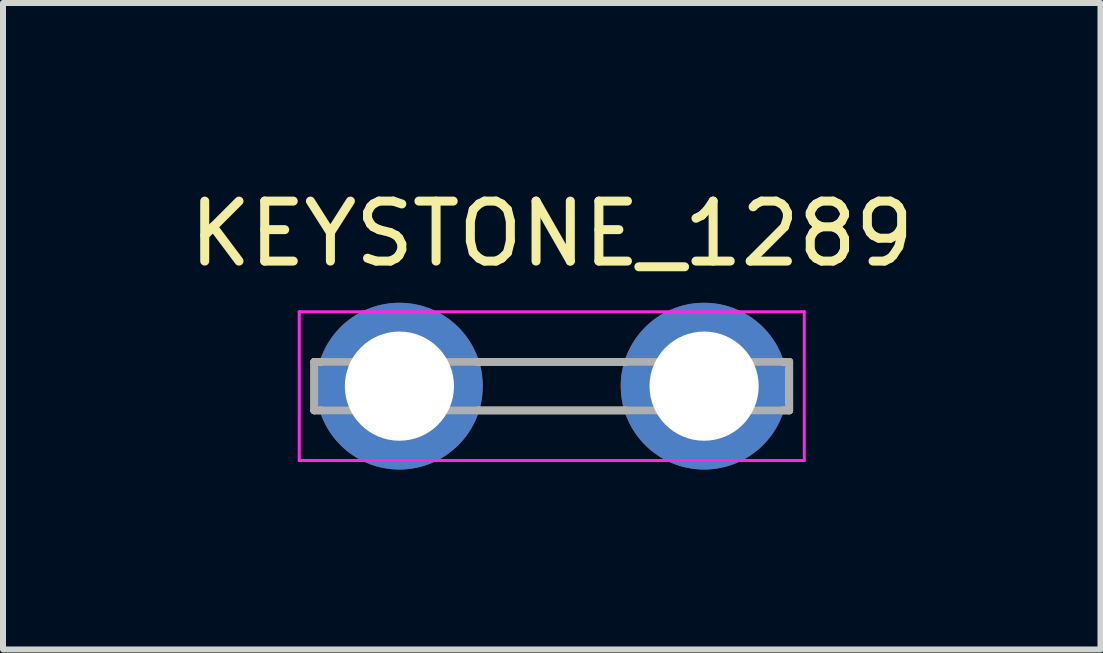
<source format=kicad_pcb>
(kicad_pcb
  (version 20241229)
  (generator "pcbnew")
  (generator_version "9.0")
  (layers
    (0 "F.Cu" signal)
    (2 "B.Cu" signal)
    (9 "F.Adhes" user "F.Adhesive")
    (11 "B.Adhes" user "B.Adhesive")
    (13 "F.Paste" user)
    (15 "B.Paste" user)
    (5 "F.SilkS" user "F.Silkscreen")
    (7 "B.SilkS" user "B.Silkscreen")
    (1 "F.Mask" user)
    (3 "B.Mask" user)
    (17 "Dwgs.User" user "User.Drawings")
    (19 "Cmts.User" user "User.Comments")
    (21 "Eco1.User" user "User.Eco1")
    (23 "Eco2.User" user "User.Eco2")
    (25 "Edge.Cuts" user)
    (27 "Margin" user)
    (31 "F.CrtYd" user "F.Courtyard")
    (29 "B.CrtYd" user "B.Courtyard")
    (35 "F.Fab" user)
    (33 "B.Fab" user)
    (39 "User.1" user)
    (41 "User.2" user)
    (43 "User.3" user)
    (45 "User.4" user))
  (footprint "KEYSTONE_1289"
    (layer "F.Cu")
    (at 6.149 3.388)
    (property "Reference" "KEYSTONE_1289" (at 0 -2.54 0) (layer "F.SilkS") (effects (font (size 1 1) (thickness 0.15))))
    (attr through_hole)
    (fp_line (start -3.96 -0.405) (end -3.85 -0.405) (stroke (width 0.127) (type solid)) (layer "F.SilkS"))
    (fp_line (start -3.96 0.405) (end -3.96 -0.405) (stroke (width 0.127) (type solid)) (layer "F.SilkS"))
    (fp_line (start -3.85 0.405) (end -3.96 0.405) (stroke (width 0.127) (type solid)) (layer "F.SilkS"))
    (fp_line (start -1.236 -0.405) (end 1.236 -0.405) (stroke (width 0.127) (type solid)) (layer "F.SilkS"))
    (fp_line (start -1.236 0.405) (end 1.236 0.405) (stroke (width 0.127) (type solid)) (layer "F.SilkS"))
    (fp_line (start 3.85 -0.405) (end 3.96 -0.405) (stroke (width 0.127) (type solid)) (layer "F.SilkS"))
    (fp_line (start 3.96 -0.405) (end 3.96 0.405) (stroke (width 0.127) (type solid)) (layer "F.SilkS"))
    (fp_line (start 3.96 0.405) (end 3.85 0.405) (stroke (width 0.127) (type solid)) (layer "F.SilkS"))
    (fp_line (start -4.21 -1.24) (end 4.21 -1.24) (stroke (width 0.05) (type solid)) (layer "F.CrtYd"))
    (fp_line (start -4.21 1.24) (end -4.21 -1.24) (stroke (width 0.05) (type solid)) (layer "F.CrtYd"))
    (fp_line (start 4.21 -1.24) (end 4.21 1.24) (stroke (width 0.05) (type solid)) (layer "F.CrtYd"))
    (fp_line (start 4.21 1.24) (end -4.21 1.24) (stroke (width 0.05) (type solid)) (layer "F.CrtYd"))
    (fp_line (start -3.96 -0.405) (end 3.96 -0.405) (stroke (width 0.127) (type solid)) (layer "F.Fab"))
    (fp_line (start -3.96 0.405) (end -3.96 -0.405) (stroke (width 0.127) (type solid)) (layer "F.Fab"))
    (fp_line (start 3.96 -0.405) (end 3.96 0.405) (stroke (width 0.127) (type solid)) (layer "F.Fab"))
    (fp_line (start 3.96 0.405) (end -3.96 0.405) (stroke (width 0.127) (type solid)) (layer "F.Fab"))
    (pad "1" thru_hole circle (at -2.54 0) (size 2.78 2.78) (drill 1.82) (layers "*.Cu" "*.Mask"))
    (pad "1" thru_hole circle (at 2.54 0) (size 2.78 2.78) (drill 1.82) (layers "*.Cu" "*.Mask")))
  (gr_rect
    (start -3 -3)
    (end 15.298 7.778)
    (stroke (width 0.1) (type default))
    (fill no)
    (layer "Edge.Cuts")))
</source>
